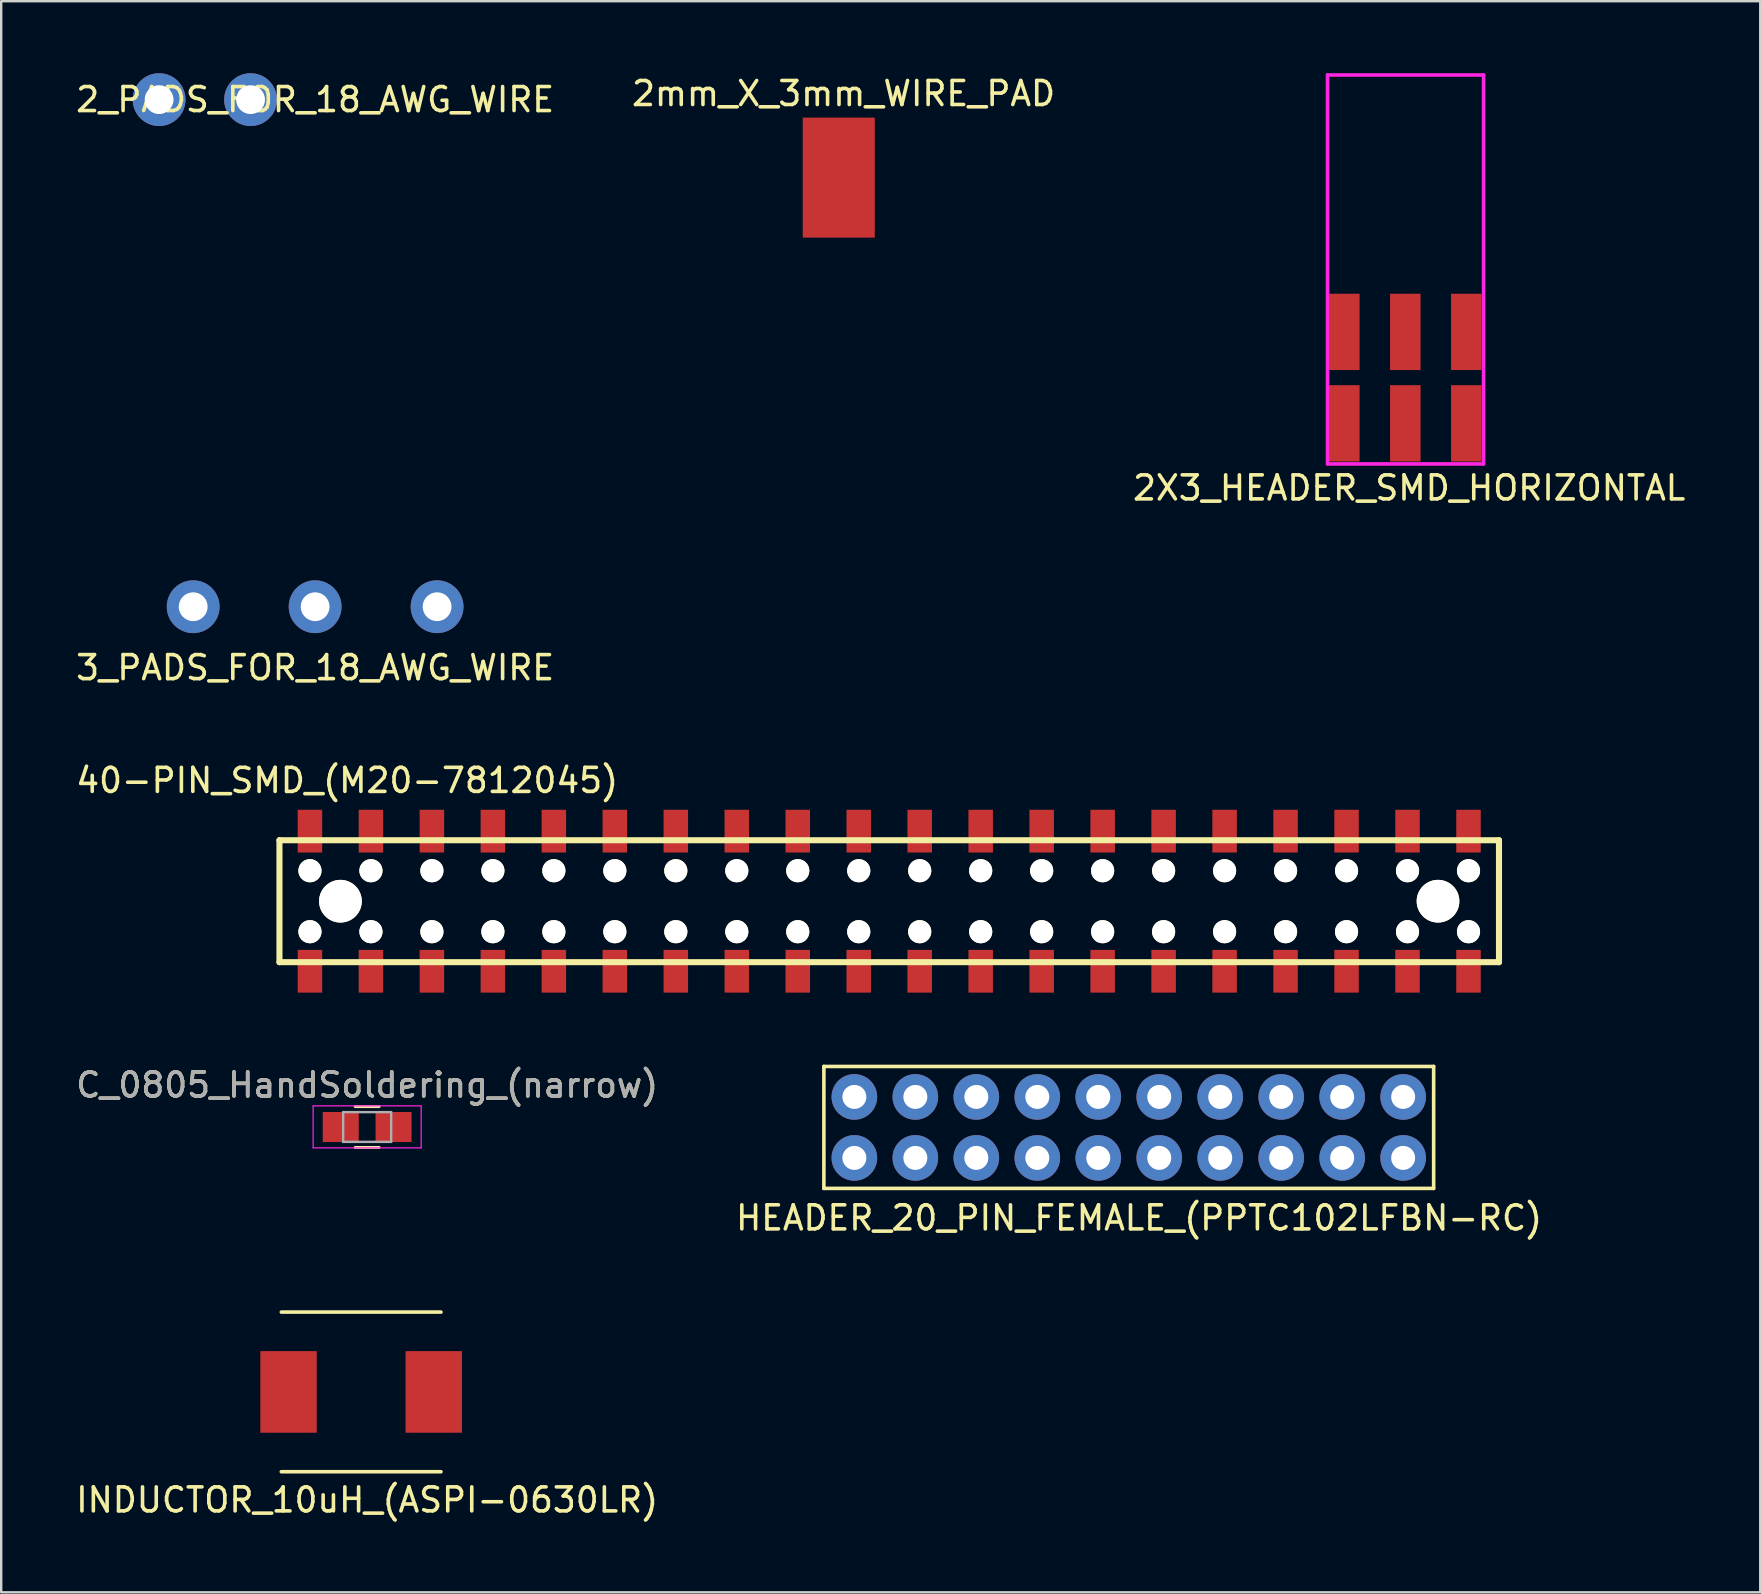
<source format=kicad_pcb>
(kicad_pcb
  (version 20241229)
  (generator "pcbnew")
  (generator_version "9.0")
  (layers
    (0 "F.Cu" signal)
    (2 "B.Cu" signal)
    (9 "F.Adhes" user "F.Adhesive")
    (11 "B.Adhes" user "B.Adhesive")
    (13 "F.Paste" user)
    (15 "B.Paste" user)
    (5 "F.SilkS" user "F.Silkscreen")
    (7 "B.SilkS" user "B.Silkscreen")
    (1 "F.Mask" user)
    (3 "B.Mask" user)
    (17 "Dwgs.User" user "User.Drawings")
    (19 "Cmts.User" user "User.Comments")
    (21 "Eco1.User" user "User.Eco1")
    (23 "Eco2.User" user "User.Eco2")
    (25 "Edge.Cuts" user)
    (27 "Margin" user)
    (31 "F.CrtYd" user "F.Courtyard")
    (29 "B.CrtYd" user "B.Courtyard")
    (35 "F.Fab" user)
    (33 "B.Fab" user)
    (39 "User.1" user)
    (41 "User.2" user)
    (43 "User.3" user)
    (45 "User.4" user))
  (footprint "2X3_HEADER_SMD_HORIZONTAL"
    (layer "F.Cu")
    (at 52.949 10.775)
    (property "Reference" "2X3_HEADER_SMD_HORIZONTAL" (at 2.7 6.5 0) (layer "F.SilkS") (effects (font (size 1 1) (thickness 0.15))))
    (attr through_hole)
    (fp_line (start -0.7 -10.7) (end 5.8 -10.7) (stroke (width 0.15) (type solid)) (layer "F.CrtYd"))
    (fp_line (start -0.7 5.5) (end -0.7 -10.7) (stroke (width 0.15) (type solid)) (layer "F.CrtYd"))
    (fp_line (start -0.7 5.5) (end 5.8 5.5) (stroke (width 0.15) (type solid)) (layer "F.CrtYd"))
    (fp_line (start 5.8 5.5) (end 5.8 -10.7) (stroke (width 0.15) (type solid)) (layer "F.CrtYd"))
    (pad "1" smd rect (at 5.08 0) (size 1.27 3.18) (layers "F.Cu" "F.Mask" "F.Paste"))
    (pad "2" smd rect (at 5.08 3.81) (size 1.27 3.18) (layers "F.Cu" "F.Mask" "F.Paste"))
    (pad "3" smd rect (at 2.54 0) (size 1.27 3.18) (layers "F.Cu" "F.Mask" "F.Paste"))
    (pad "4" smd rect (at 2.54 3.81) (size 1.27 3.18) (layers "F.Cu" "F.Mask" "F.Paste"))
    (pad "5" smd rect (at 0 0) (size 1.27 3.18) (layers "F.Cu" "F.Mask" "F.Paste"))
    (pad "6" smd rect (at 0 3.81) (size 1.27 3.18) (layers "F.Cu" "F.Mask" "F.Paste")))
  (footprint "C_0805_HandSoldering_(narrow)"
    (layer "F.Cu")
    (at 12.244 43.896)
    (property "Reference" "C_0805_HandSoldering_(narrow)" (at 0 -1.75 0) (layer "F.SilkS") (effects (font (size 1 1) (thickness 0.15))))
    (attr smd)
    (fp_line (start -0.5 0.85) (end 0.5 0.85) (stroke (width 0.12) (type solid)) (layer "F.SilkS"))
    (fp_line (start 0.5 -0.85) (end -0.5 -0.85) (stroke (width 0.12) (type solid)) (layer "F.SilkS"))
    (fp_line (start -2.25 -0.88) (end -2.25 0.87) (stroke (width 0.05) (type solid)) (layer "F.CrtYd"))
    (fp_line (start -2.25 -0.88) (end 2.25 -0.88) (stroke (width 0.05) (type solid)) (layer "F.CrtYd"))
    (fp_line (start 2.25 0.87) (end -2.25 0.87) (stroke (width 0.05) (type solid)) (layer "F.CrtYd"))
    (fp_line (start 2.25 0.87) (end 2.25 -0.88) (stroke (width 0.05) (type solid)) (layer "F.CrtYd"))
    (fp_line (start -1 -0.62) (end 1 -0.62) (stroke (width 0.1) (type solid)) (layer "F.Fab"))
    (fp_line (start -1 0.62) (end -1 -0.62) (stroke (width 0.1) (type solid)) (layer "F.Fab"))
    (fp_line (start 1 -0.62) (end 1 0.62) (stroke (width 0.1) (type solid)) (layer "F.Fab"))
    (fp_line (start 1 0.62) (end -1 0.62) (stroke (width 0.1) (type solid)) (layer "F.Fab"))
    (fp_text user "${REFERENCE}" (at 0 -1.75 0) (layer "F.Fab") (effects (font (size 1 1) (thickness 0.15))))
    (pad "1" smd rect (at -1.1 0) (size 1.5 1.25) (layers "F.Cu" "F.Mask" "F.Paste"))
    (pad "2" smd rect (at 1.1 0) (size 1.5 1.25) (layers "F.Cu" "F.Mask" "F.Paste")))
  (footprint "HEADER_20_PIN_FEMALE_(PPTC102LFBN-RC)"
    (layer "F.Cu")
    (at 55.399 45.183)
    (property "Reference" "HEADER_20_PIN_FEMALE_(PPTC102LFBN-RC)" (at -11 2.5 180) (layer "F.SilkS") (effects (font (size 1 1) (thickness 0.15))))
    (attr through_hole)
    (fp_line (start -24.13 -3.81) (end -24.13 1.27) (stroke (width 0.15) (type solid)) (layer "F.SilkS"))
    (fp_line (start -24.13 1.27) (end 1.27 1.27) (stroke (width 0.15) (type solid)) (layer "F.SilkS"))
    (fp_line (start 1.27 -3.81) (end -24.13 -3.81) (stroke (width 0.15) (type solid)) (layer "F.SilkS"))
    (fp_line (start 1.27 1.27) (end 1.27 -3.81) (stroke (width 0.15) (type solid)) (layer "F.SilkS"))
    (pad "1" thru_hole circle (at 0 0 180) (size 1.9 1.9) (drill 1) (layers "*.Cu" "*.Mask"))
    (pad "2" thru_hole circle (at 0 -2.54 180) (size 1.9 1.9) (drill 1) (layers "*.Cu" "*.Mask"))
    (pad "3" thru_hole circle (at -2.54 0 180) (size 1.9 1.9) (drill 1) (layers "*.Cu" "*.Mask"))
    (pad "4" thru_hole circle (at -2.54 -2.54 180) (size 1.9 1.9) (drill 1) (layers "*.Cu" "*.Mask"))
    (pad "5" thru_hole circle (at -5.08 0 180) (size 1.9 1.9) (drill 1) (layers "*.Cu" "*.Mask"))
    (pad "6" thru_hole circle (at -5.08 -2.54 180) (size 1.9 1.9) (drill 1) (layers "*.Cu" "*.Mask"))
    (pad "7" thru_hole circle (at -7.62 0 180) (size 1.9 1.9) (drill 1) (layers "*.Cu" "*.Mask"))
    (pad "8" thru_hole circle (at -7.62 -2.54 180) (size 1.9 1.9) (drill 1) (layers "*.Cu" "*.Mask"))
    (pad "9" thru_hole circle (at -10.16 0 180) (size 1.9 1.9) (drill 1) (layers "*.Cu" "*.Mask"))
    (pad "10" thru_hole circle (at -10.16 -2.54 180) (size 1.9 1.9) (drill 1) (layers "*.Cu" "*.Mask"))
    (pad "11" thru_hole circle (at -12.7 0 180) (size 1.9 1.9) (drill 1) (layers "*.Cu" "*.Mask"))
    (pad "12" thru_hole circle (at -12.7 -2.54 180) (size 1.9 1.9) (drill 1) (layers "*.Cu" "*.Mask"))
    (pad "13" thru_hole circle (at -15.24 0 180) (size 1.9 1.9) (drill 1) (layers "*.Cu" "*.Mask"))
    (pad "14" thru_hole circle (at -15.24 -2.54 180) (size 1.9 1.9) (drill 1) (layers "*.Cu" "*.Mask"))
    (pad "15" thru_hole circle (at -17.78 0 180) (size 1.9 1.9) (drill 1) (layers "*.Cu" "*.Mask"))
    (pad "16" thru_hole circle (at -17.78 -2.54 180) (size 1.9 1.9) (drill 1) (layers "*.Cu" "*.Mask"))
    (pad "17" thru_hole circle (at -20.32 0 180) (size 1.9 1.9) (drill 1) (layers "*.Cu" "*.Mask"))
    (pad "18" thru_hole circle (at -20.32 -2.54 180) (size 1.9 1.9) (drill 1) (layers "*.Cu" "*.Mask"))
    (pad "19" thru_hole circle (at -22.86 0 180) (size 1.9 1.9) (drill 1) (layers "*.Cu" "*.Mask"))
    (pad "20" thru_hole circle (at -22.86 -2.54 180) (size 1.9 1.9) (drill 1) (layers "*.Cu" "*.Mask")))
  (footprint "40-PIN_SMD_(M20-7812045)"
    (layer "F.Cu")
    (at 33.971 34.47)
    (property "Reference" "40-PIN_SMD_(M20-7812045)" (at -22.56 -5.01 180) (layer "F.SilkS") (effects (font (size 1 1) (thickness 0.15))))
    (attr through_hole)
    (fp_line (start -25.38 -2.52) (end -25.38 2.56) (stroke (width 0.254) (type solid)) (layer "F.SilkS"))
    (fp_line (start -25.38 2.56) (end 25.42 2.56) (stroke (width 0.254) (type solid)) (layer "F.SilkS"))
    (fp_line (start 25.42 -2.52) (end -25.38 -2.52) (stroke (width 0.254) (type solid)) (layer "F.SilkS"))
    (fp_line (start 25.42 2.56) (end 25.42 -2.52) (stroke (width 0.254) (type solid)) (layer "F.SilkS"))
    (pad "" np_thru_hole circle (at -24.11 -1.25 180) (size 0.965 0.965) (drill 0.965) (layers "*.Cu" "*.Mask" "F.SilkS"))
    (pad "" np_thru_hole circle (at -24.11 1.29 180) (size 0.965 0.965) (drill 0.965) (layers "*.Cu" "*.Mask" "F.SilkS"))
    (pad "" np_thru_hole circle (at -22.84 0.02 180) (size 1.778 1.778) (drill 1.778) (layers "*.Cu" "*.Mask" "F.SilkS"))
    (pad "" np_thru_hole circle (at -21.57 -1.25 180) (size 0.965 0.965) (drill 0.965) (layers "*.Cu" "*.Mask" "F.SilkS"))
    (pad "" np_thru_hole circle (at -21.57 1.29 180) (size 0.965 0.965) (drill 0.965) (layers "*.Cu" "*.Mask" "F.SilkS"))
    (pad "" np_thru_hole circle (at -19.03 -1.25 180) (size 0.965 0.965) (drill 0.965) (layers "*.Cu" "*.Mask" "F.SilkS"))
    (pad "" np_thru_hole circle (at -19.03 1.29 180) (size 0.965 0.965) (drill 0.965) (layers "*.Cu" "*.Mask" "F.SilkS"))
    (pad "" np_thru_hole circle (at -16.49 -1.25 180) (size 0.965 0.965) (drill 0.965) (layers "*.Cu" "*.Mask" "F.SilkS"))
    (pad "" np_thru_hole circle (at -16.49 1.29 180) (size 0.965 0.965) (drill 0.965) (layers "*.Cu" "*.Mask" "F.SilkS"))
    (pad "" np_thru_hole circle (at -13.95 -1.25 180) (size 0.965 0.965) (drill 0.965) (layers "*.Cu" "*.Mask" "F.SilkS"))
    (pad "" np_thru_hole circle (at -13.95 1.29 180) (size 0.965 0.965) (drill 0.965) (layers "*.Cu" "*.Mask" "F.SilkS"))
    (pad "" np_thru_hole circle (at -11.41 -1.25 180) (size 0.965 0.965) (drill 0.965) (layers "*.Cu" "*.Mask" "F.SilkS"))
    (pad "" np_thru_hole circle (at -11.41 1.29 180) (size 0.965 0.965) (drill 0.965) (layers "*.Cu" "*.Mask" "F.SilkS"))
    (pad "" np_thru_hole circle (at -8.87 -1.25 180) (size 0.965 0.965) (drill 0.965) (layers "*.Cu" "*.Mask" "F.SilkS"))
    (pad "" np_thru_hole circle (at -8.87 1.29 180) (size 0.965 0.965) (drill 0.965) (layers "*.Cu" "*.Mask" "F.SilkS"))
    (pad "" np_thru_hole circle (at -6.33 -1.25 180) (size 0.965 0.965) (drill 0.965) (layers "*.Cu" "*.Mask" "F.SilkS"))
    (pad "" np_thru_hole circle (at -6.33 1.29 180) (size 0.965 0.965) (drill 0.965) (layers "*.Cu" "*.Mask" "F.SilkS"))
    (pad "" np_thru_hole circle (at -3.79 -1.25 180) (size 0.965 0.965) (drill 0.965) (layers "*.Cu" "*.Mask" "F.SilkS"))
    (pad "" np_thru_hole circle (at -3.79 1.29 180) (size 0.965 0.965) (drill 0.965) (layers "*.Cu" "*.Mask" "F.SilkS"))
    (pad "" np_thru_hole circle (at -1.25 -1.25 180) (size 0.965 0.965) (drill 0.965) (layers "*.Cu" "*.Mask" "F.SilkS"))
    (pad "" np_thru_hole circle (at -1.25 1.29 180) (size 0.965 0.965) (drill 0.965) (layers "*.Cu" "*.Mask" "F.SilkS"))
    (pad "" np_thru_hole circle (at 1.29 -1.25 180) (size 0.965 0.965) (drill 0.965) (layers "*.Cu" "*.Mask" "F.SilkS"))
    (pad "" np_thru_hole circle (at 1.29 1.29 180) (size 0.965 0.965) (drill 0.965) (layers "*.Cu" "*.Mask" "F.SilkS"))
    (pad "" np_thru_hole circle (at 3.83 -1.25 180) (size 0.965 0.965) (drill 0.965) (layers "*.Cu" "*.Mask" "F.SilkS"))
    (pad "" np_thru_hole circle (at 3.83 1.29 180) (size 0.965 0.965) (drill 0.965) (layers "*.Cu" "*.Mask" "F.SilkS"))
    (pad "" np_thru_hole circle (at 6.37 -1.25 180) (size 0.965 0.965) (drill 0.965) (layers "*.Cu" "*.Mask" "F.SilkS"))
    (pad "" np_thru_hole circle (at 6.37 1.29 180) (size 0.965 0.965) (drill 0.965) (layers "*.Cu" "*.Mask" "F.SilkS"))
    (pad "" np_thru_hole circle (at 8.91 -1.25 180) (size 0.965 0.965) (drill 0.965) (layers "*.Cu" "*.Mask" "F.SilkS"))
    (pad "" np_thru_hole circle (at 8.91 1.29 180) (size 0.965 0.965) (drill 0.965) (layers "*.Cu" "*.Mask" "F.SilkS"))
    (pad "" np_thru_hole circle (at 11.45 -1.25 180) (size 0.965 0.965) (drill 0.965) (layers "*.Cu" "*.Mask" "F.SilkS"))
    (pad "" np_thru_hole circle (at 11.45 1.29 180) (size 0.965 0.965) (drill 0.965) (layers "*.Cu" "*.Mask" "F.SilkS"))
    (pad "" np_thru_hole circle (at 13.99 -1.25 180) (size 0.965 0.965) (drill 0.965) (layers "*.Cu" "*.Mask" "F.SilkS"))
    (pad "" np_thru_hole circle (at 13.99 1.29 180) (size 0.965 0.965) (drill 0.965) (layers "*.Cu" "*.Mask" "F.SilkS"))
    (pad "" np_thru_hole circle (at 16.53 -1.25 180) (size 0.965 0.965) (drill 0.965) (layers "*.Cu" "*.Mask" "F.SilkS"))
    (pad "" np_thru_hole circle (at 16.53 1.29 180) (size 0.965 0.965) (drill 0.965) (layers "*.Cu" "*.Mask" "F.SilkS"))
    (pad "" np_thru_hole circle (at 19.07 -1.25 180) (size 0.965 0.965) (drill 0.965) (layers "*.Cu" "*.Mask" "F.SilkS"))
    (pad "" np_thru_hole circle (at 19.07 1.29 180) (size 0.965 0.965) (drill 0.965) (layers "*.Cu" "*.Mask" "F.SilkS"))
    (pad "" np_thru_hole circle (at 21.61 -1.25 180) (size 0.965 0.965) (drill 0.965) (layers "*.Cu" "*.Mask" "F.SilkS"))
    (pad "" np_thru_hole circle (at 21.61 1.29 180) (size 0.965 0.965) (drill 0.965) (layers "*.Cu" "*.Mask" "F.SilkS"))
    (pad "" np_thru_hole circle (at 22.88 0.02 180) (size 1.778 1.778) (drill 1.778) (layers "*.Cu" "*.Mask" "F.SilkS"))
    (pad "" np_thru_hole circle (at 24.15 -1.25 180) (size 0.965 0.965) (drill 0.965) (layers "*.Cu" "*.Mask" "F.SilkS"))
    (pad "" np_thru_hole circle (at 24.15 1.29 180) (size 0.965 0.965) (drill 0.965) (layers "*.Cu" "*.Mask" "F.SilkS"))
    (pad "1" smd rect (at -24.11 -2.898) (size 1.02 1.78) (layers "F.Cu" "F.Mask" "F.Paste"))
    (pad "2" smd rect (at -24.11 2.938) (size 1.02 1.78) (layers "F.Cu" "F.Mask" "F.Paste"))
    (pad "3" smd rect (at -21.57 -2.898) (size 1.02 1.78) (layers "F.Cu" "F.Mask" "F.Paste"))
    (pad "4" smd rect (at -21.57 2.938) (size 1.02 1.78) (layers "F.Cu" "F.Mask" "F.Paste"))
    (pad "5" smd rect (at -19.03 -2.898) (size 1.02 1.78) (layers "F.Cu" "F.Mask" "F.Paste"))
    (pad "6" smd rect (at -19.03 2.938) (size 1.02 1.78) (layers "F.Cu" "F.Mask" "F.Paste"))
    (pad "7" smd rect (at -16.49 -2.898) (size 1.02 1.78) (layers "F.Cu" "F.Mask" "F.Paste"))
    (pad "8" smd rect (at -16.49 2.938) (size 1.02 1.78) (layers "F.Cu" "F.Mask" "F.Paste"))
    (pad "9" smd rect (at -13.95 -2.898) (size 1.02 1.78) (layers "F.Cu" "F.Mask" "F.Paste"))
    (pad "10" smd rect (at -13.95 2.938) (size 1.02 1.78) (layers "F.Cu" "F.Mask" "F.Paste"))
    (pad "11" smd rect (at -11.41 -2.898) (size 1.02 1.78) (layers "F.Cu" "F.Mask" "F.Paste"))
    (pad "12" smd rect (at -11.41 2.938) (size 1.02 1.78) (layers "F.Cu" "F.Mask" "F.Paste"))
    (pad "13" smd rect (at -8.87 -2.898) (size 1.02 1.78) (layers "F.Cu" "F.Mask" "F.Paste"))
    (pad "14" smd rect (at -8.87 2.938) (size 1.02 1.78) (layers "F.Cu" "F.Mask" "F.Paste"))
    (pad "15" smd rect (at -6.33 -2.898) (size 1.02 1.78) (layers "F.Cu" "F.Mask" "F.Paste"))
    (pad "16" smd rect (at -6.33 2.938) (size 1.02 1.78) (layers "F.Cu" "F.Mask" "F.Paste"))
    (pad "17" smd rect (at -3.79 -2.898) (size 1.02 1.78) (layers "F.Cu" "F.Mask" "F.Paste"))
    (pad "18" smd rect (at -3.79 2.938) (size 1.02 1.78) (layers "F.Cu" "F.Mask" "F.Paste"))
    (pad "19" smd rect (at -1.25 -2.898) (size 1.02 1.78) (layers "F.Cu" "F.Mask" "F.Paste"))
    (pad "20" smd rect (at -1.25 2.938) (size 1.02 1.78) (layers "F.Cu" "F.Mask" "F.Paste"))
    (pad "21" smd rect (at 1.29 -2.898) (size 1.02 1.78) (layers "F.Cu" "F.Mask" "F.Paste"))
    (pad "22" smd rect (at 1.29 2.938) (size 1.02 1.78) (layers "F.Cu" "F.Mask" "F.Paste"))
    (pad "23" smd rect (at 3.83 -2.898) (size 1.02 1.78) (layers "F.Cu" "F.Mask" "F.Paste"))
    (pad "24" smd rect (at 3.83 2.938) (size 1.02 1.78) (layers "F.Cu" "F.Mask" "F.Paste"))
    (pad "25" smd rect (at 6.37 -2.898) (size 1.02 1.78) (layers "F.Cu" "F.Mask" "F.Paste"))
    (pad "26" smd rect (at 6.37 2.938) (size 1.02 1.78) (layers "F.Cu" "F.Mask" "F.Paste"))
    (pad "27" smd rect (at 8.91 -2.898) (size 1.02 1.78) (layers "F.Cu" "F.Mask" "F.Paste"))
    (pad "28" smd rect (at 8.91 2.938) (size 1.02 1.78) (layers "F.Cu" "F.Mask" "F.Paste"))
    (pad "29" smd rect (at 11.45 -2.898) (size 1.02 1.78) (layers "F.Cu" "F.Mask" "F.Paste"))
    (pad "30" smd rect (at 11.45 2.938) (size 1.02 1.78) (layers "F.Cu" "F.Mask" "F.Paste"))
    (pad "31" smd rect (at 13.99 -2.898) (size 1.02 1.78) (layers "F.Cu" "F.Mask" "F.Paste"))
    (pad "32" smd rect (at 13.99 2.938) (size 1.02 1.78) (layers "F.Cu" "F.Mask" "F.Paste"))
    (pad "33" smd rect (at 16.53 -2.898) (size 1.02 1.78) (layers "F.Cu" "F.Mask" "F.Paste"))
    (pad "34" smd rect (at 16.53 2.938) (size 1.02 1.78) (layers "F.Cu" "F.Mask" "F.Paste"))
    (pad "35" smd rect (at 19.07 -2.898) (size 1.02 1.78) (layers "F.Cu" "F.Mask" "F.Paste"))
    (pad "36" smd rect (at 19.07 2.938) (size 1.02 1.78) (layers "F.Cu" "F.Mask" "F.Paste"))
    (pad "37" smd rect (at 21.61 -2.898) (size 1.02 1.78) (layers "F.Cu" "F.Mask" "F.Paste"))
    (pad "38" smd rect (at 21.61 2.938) (size 1.02 1.78) (layers "F.Cu" "F.Mask" "F.Paste"))
    (pad "39" smd rect (at 24.15 -2.898) (size 1.02 1.78) (layers "F.Cu" "F.Mask" "F.Paste"))
    (pad "40" smd rect (at 24.15 2.938) (size 1.02 1.78) (layers "F.Cu" "F.Mask" "F.Paste")))
  (footprint "2_PADS_FOR_18_AWG_WIRE"
    (layer "F.Cu")
    (at 3.577 1.1)
    (property "Reference" "2_PADS_FOR_18_AWG_WIRE" (at 6.5 0 0) (layer "F.SilkS") (effects (font (size 1 1) (thickness 0.15))))
    (attr through_hole)
    (pad "1" thru_hole circle (at 0 0) (size 2.2 2.2) (drill 1.2) (layers "*.Cu" "*.Mask"))
    (pad "2" thru_hole circle (at 3.81 0) (size 2.2 2.2) (drill 1.2) (layers "*.Cu" "*.Mask")))
  (footprint "2mm_X_3mm_WIRE_PAD"
    (layer "F.Cu")
    (at 31.889 4.348)
    (property "Reference" "2mm_X_3mm_WIRE_PAD" (at 0.2 -3.5 0) (layer "F.SilkS") (effects (font (size 1 1) (thickness 0.15))))
    (attr through_hole)
    (pad "1" smd rect (at 0 0) (size 3 5) (layers "F.Cu" "F.Mask" "F.Paste")))
  (footprint "INDUCTOR_10uH_(ASPI-0630LR)"
    (layer "F.Cu")
    (at 11.994 54.931)
    (property "Reference" "INDUCTOR_10uH_(ASPI-0630LR)" (at 0.25 4.5 0) (layer "F.SilkS") (effects (font (size 1 1) (thickness 0.15))))
    (attr through_hole)
    (fp_line (start -3.325 -3.325) (end 3.325 -3.325) (stroke (width 0.15) (type solid)) (layer "F.SilkS"))
    (fp_line (start -3.325 3.325) (end 3.325 3.325) (stroke (width 0.15) (type solid)) (layer "F.SilkS"))
    (pad "1" smd rect (at -3.025 0) (size 2.35 3.4) (layers "F.Cu" "F.Mask" "F.Paste"))
    (pad "2" smd rect (at 3.025 0) (size 2.35 3.4) (layers "F.Cu" "F.Mask" "F.Paste")))
  (footprint "3_PADS_FOR_18_AWG_WIRE"
    (layer "F.Cu")
    (at 4.997 22.223)
    (property "Reference" "3_PADS_FOR_18_AWG_WIRE" (at 5.08 2.54 0) (layer "F.SilkS") (effects (font (size 1 1) (thickness 0.15))))
    (attr through_hole)
    (pad "1" thru_hole circle (at 0 0) (size 2.2 2.2) (drill 1.2) (layers "*.Cu" "*.Mask"))
    (pad "2" thru_hole circle (at 5.08 0) (size 2.2 2.2) (drill 1.2) (layers "*.Cu" "*.Mask"))
    (pad "3" thru_hole circle (at 10.16 0) (size 2.2 2.2) (drill 1.2) (layers "*.Cu" "*.Mask")))
  (gr_rect
    (start -3 -3)
    (end 70.274 63.279)
    (stroke (width 0.1) (type default))
    (fill no)
    (layer "Edge.Cuts")))
</source>
